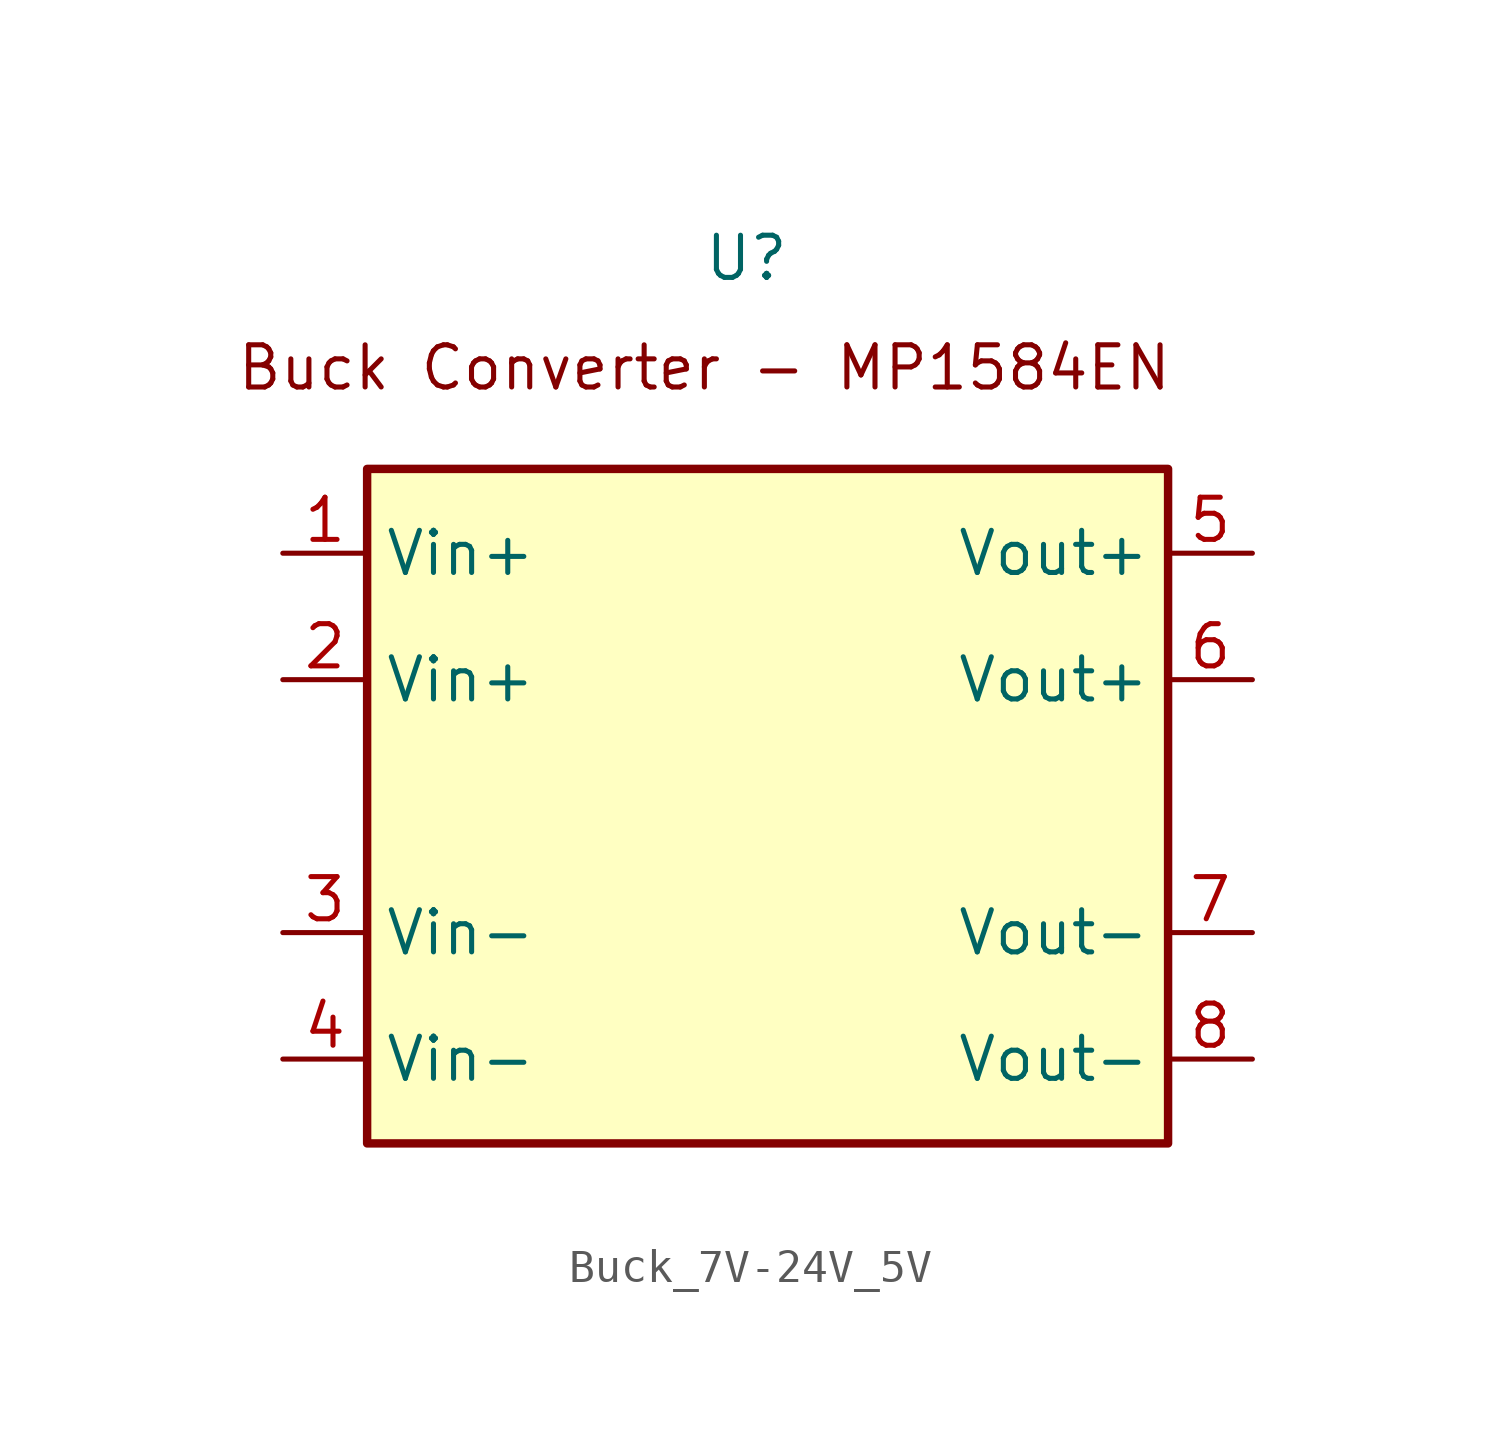
<source format=kicad_sym>
(kicad_symbol_lib
  (version 20231120)
  (generator "kicad_symbol_editor")
  (generator_version "8.0")
  (symbol "Buck_7V-24V_5V"
    (property "Reference" "U"
      (at 0 0 0)
      (effects (font (size 1.27 1.27))))
    (property "Value" ""
      (at 0 0 0)
      (effects (font (size 1.27 1.27))))
    (symbol "Buck_7V-24V_5V_0_1"
      (rectangle (start -11.43 -6.35) (end 12.7 -26.67) (stroke (width 0.254) (type default)) (fill (type background))))
    (symbol "Buck_7V-24V_5V_1_1"
      (text "Buck Converter - MP1584EN" (at -1.27 -3.302 0) (effects (font (size 1.27 1.27))))
      (pin input line (at -13.97 -8.89 0) (length 2.54) (name "Vin+" (effects (font (size 1.27 1.27)))) (number "1" (effects (font (size 1.27 1.27)))))
      (pin input line (at -13.97 -12.7 0) (length 2.54) (name "Vin+" (effects (font (size 1.27 1.27)))) (number "2" (effects (font (size 1.27 1.27)))))
      (pin power_in line (at -13.97 -20.32 0) (length 2.54) (name "Vin-" (effects (font (size 1.27 1.27)))) (number "3" (effects (font (size 1.27 1.27)))))
      (pin power_in line (at -13.97 -24.13 0) (length 2.54) (name "Vin-" (effects (font (size 1.27 1.27)))) (number "4" (effects (font (size 1.27 1.27)))))
      (pin output line (at 15.24 -8.89 180) (length 2.54) (name "Vout+" (effects (font (size 1.27 1.27)))) (number "5" (effects (font (size 1.27 1.27)))))
      (pin output line (at 15.24 -12.7 180) (length 2.54) (name "Vout+" (effects (font (size 1.27 1.27)))) (number "6" (effects (font (size 1.27 1.27)))))
      (pin output line (at 15.24 -20.32 180) (length 2.54) (name "Vout-" (effects (font (size 1.27 1.27)))) (number "7" (effects (font (size 1.27 1.27)))))
      (pin output line (at 15.24 -24.13 180) (length 2.54) (name "Vout-" (effects (font (size 1.27 1.27)))) (number "8" (effects (font (size 1.27 1.27))))))))
</source>
